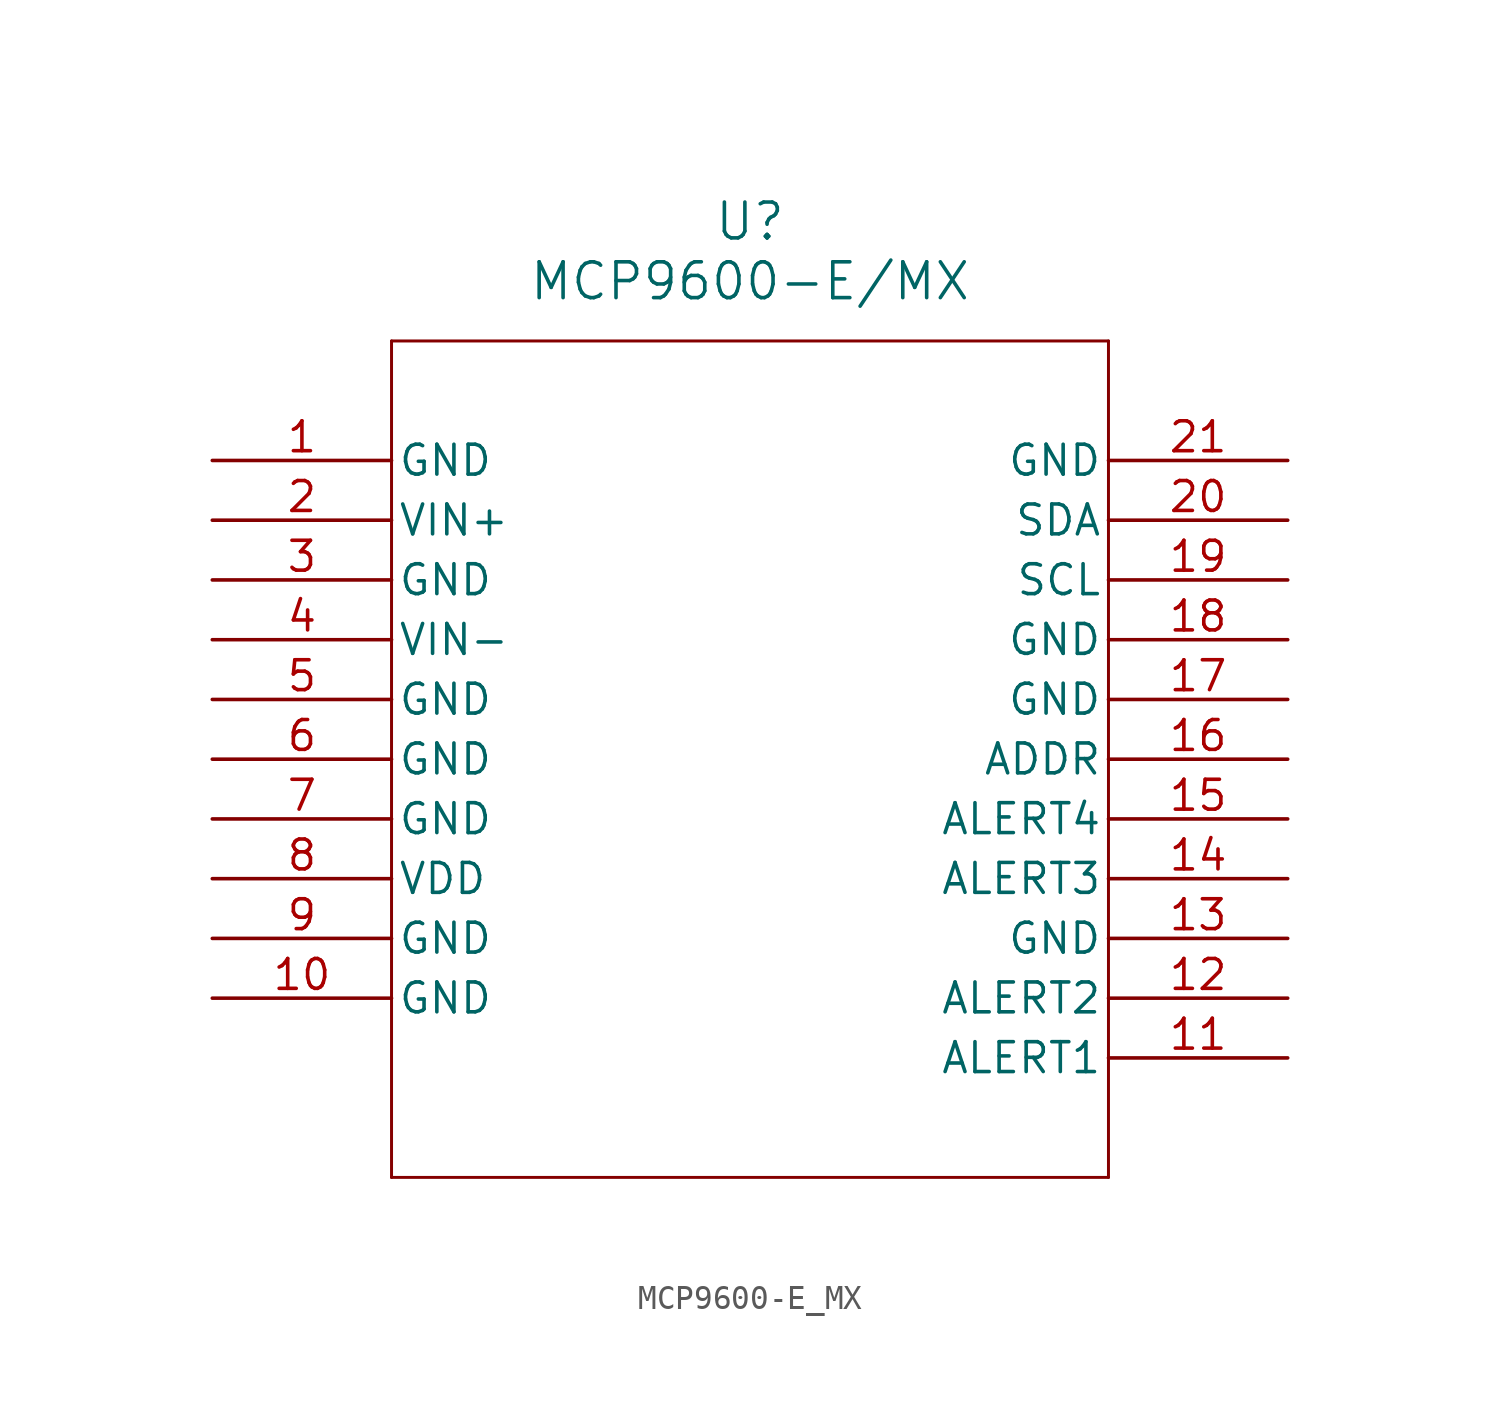
<source format=kicad_sym>
(kicad_symbol_lib
  (version 20211014)
  (generator kicad_symbol_editor)
  (symbol "MCP9600-E_MX"
    (pin_names
      (offset 0.254))
    (property "Reference" "U"
      (at 22.86 10.16 0)
      (effects (font (size 1.524 1.524))))
    (property "Value" "MCP9600-E/MX"
      (at 22.86 7.62 0)
      (effects (font (size 1.524 1.524))))
    (symbol "MCP9600-E_MX_0_1"
      (polyline (pts (xy 7.62 5.08) (xy 7.62 -30.48)) (stroke (width 0.127) (type default) (color 0 0 0 0)) (fill (type none)))
      (polyline (pts (xy 7.62 -30.48) (xy 38.1 -30.48)) (stroke (width 0.127) (type default) (color 0 0 0 0)) (fill (type none)))
      (polyline (pts (xy 38.1 -30.48) (xy 38.1 5.08)) (stroke (width 0.127) (type default) (color 0 0 0 0)) (fill (type none)))
      (polyline (pts (xy 38.1 5.08) (xy 7.62 5.08)) (stroke (width 0.127) (type default) (color 0 0 0 0)) (fill (type none)))
      (pin power_out line (at 0 0 0) (length 7.62) (name "GND" (effects (font (size 1.27 1.27)))) (number "1" (effects (font (size 1.27 1.27)))))
      (pin input line (at 0 -2.54 0) (length 7.62) (name "VIN+" (effects (font (size 1.27 1.27)))) (number "2" (effects (font (size 1.27 1.27)))))
      (pin power_out line (at 0 -5.08 0) (length 7.62) (name "GND" (effects (font (size 1.27 1.27)))) (number "3" (effects (font (size 1.27 1.27)))))
      (pin input line (at 0 -7.62 0) (length 7.62) (name "VIN-" (effects (font (size 1.27 1.27)))) (number "4" (effects (font (size 1.27 1.27)))))
      (pin power_out line (at 0 -10.16 0) (length 7.62) (name "GND" (effects (font (size 1.27 1.27)))) (number "5" (effects (font (size 1.27 1.27)))))
      (pin power_out line (at 0 -12.7 0) (length 7.62) (name "GND" (effects (font (size 1.27 1.27)))) (number "6" (effects (font (size 1.27 1.27)))))
      (pin power_out line (at 0 -15.24 0) (length 7.62) (name "GND" (effects (font (size 1.27 1.27)))) (number "7" (effects (font (size 1.27 1.27)))))
      (pin power_in line (at 0 -17.78 0) (length 7.62) (name "VDD" (effects (font (size 1.27 1.27)))) (number "8" (effects (font (size 1.27 1.27)))))
      (pin power_out line (at 0 -20.32 0) (length 7.62) (name "GND" (effects (font (size 1.27 1.27)))) (number "9" (effects (font (size 1.27 1.27)))))
      (pin power_out line (at 0 -22.86 0) (length 7.62) (name "GND" (effects (font (size 1.27 1.27)))) (number "10" (effects (font (size 1.27 1.27)))))
      (pin output line (at 45.72 -25.4 180) (length 7.62) (name "ALERT1" (effects (font (size 1.27 1.27)))) (number "11" (effects (font (size 1.27 1.27)))))
      (pin output line (at 45.72 -22.86 180) (length 7.62) (name "ALERT2" (effects (font (size 1.27 1.27)))) (number "12" (effects (font (size 1.27 1.27)))))
      (pin power_out line (at 45.72 -20.32 180) (length 7.62) (name "GND" (effects (font (size 1.27 1.27)))) (number "13" (effects (font (size 1.27 1.27)))))
      (pin output line (at 45.72 -17.78 180) (length 7.62) (name "ALERT3" (effects (font (size 1.27 1.27)))) (number "14" (effects (font (size 1.27 1.27)))))
      (pin output line (at 45.72 -15.24 180) (length 7.62) (name "ALERT4" (effects (font (size 1.27 1.27)))) (number "15" (effects (font (size 1.27 1.27)))))
      (pin input line (at 45.72 -12.7 180) (length 7.62) (name "ADDR" (effects (font (size 1.27 1.27)))) (number "16" (effects (font (size 1.27 1.27)))))
      (pin power_out line (at 45.72 -10.16 180) (length 7.62) (name "GND" (effects (font (size 1.27 1.27)))) (number "17" (effects (font (size 1.27 1.27)))))
      (pin power_out line (at 45.72 -7.62 180) (length 7.62) (name "GND" (effects (font (size 1.27 1.27)))) (number "18" (effects (font (size 1.27 1.27)))))
      (pin input line (at 45.72 -5.08 180) (length 7.62) (name "SCL" (effects (font (size 1.27 1.27)))) (number "19" (effects (font (size 1.27 1.27)))))
      (pin bidirectional line (at 45.72 -2.54 180) (length 7.62) (name "SDA" (effects (font (size 1.27 1.27)))) (number "20" (effects (font (size 1.27 1.27)))))
      (pin power_out line (at 45.72 0 180) (length 7.62) (name "GND" (effects (font (size 1.27 1.27)))) (number "21" (effects (font (size 1.27 1.27))))))))
</source>
